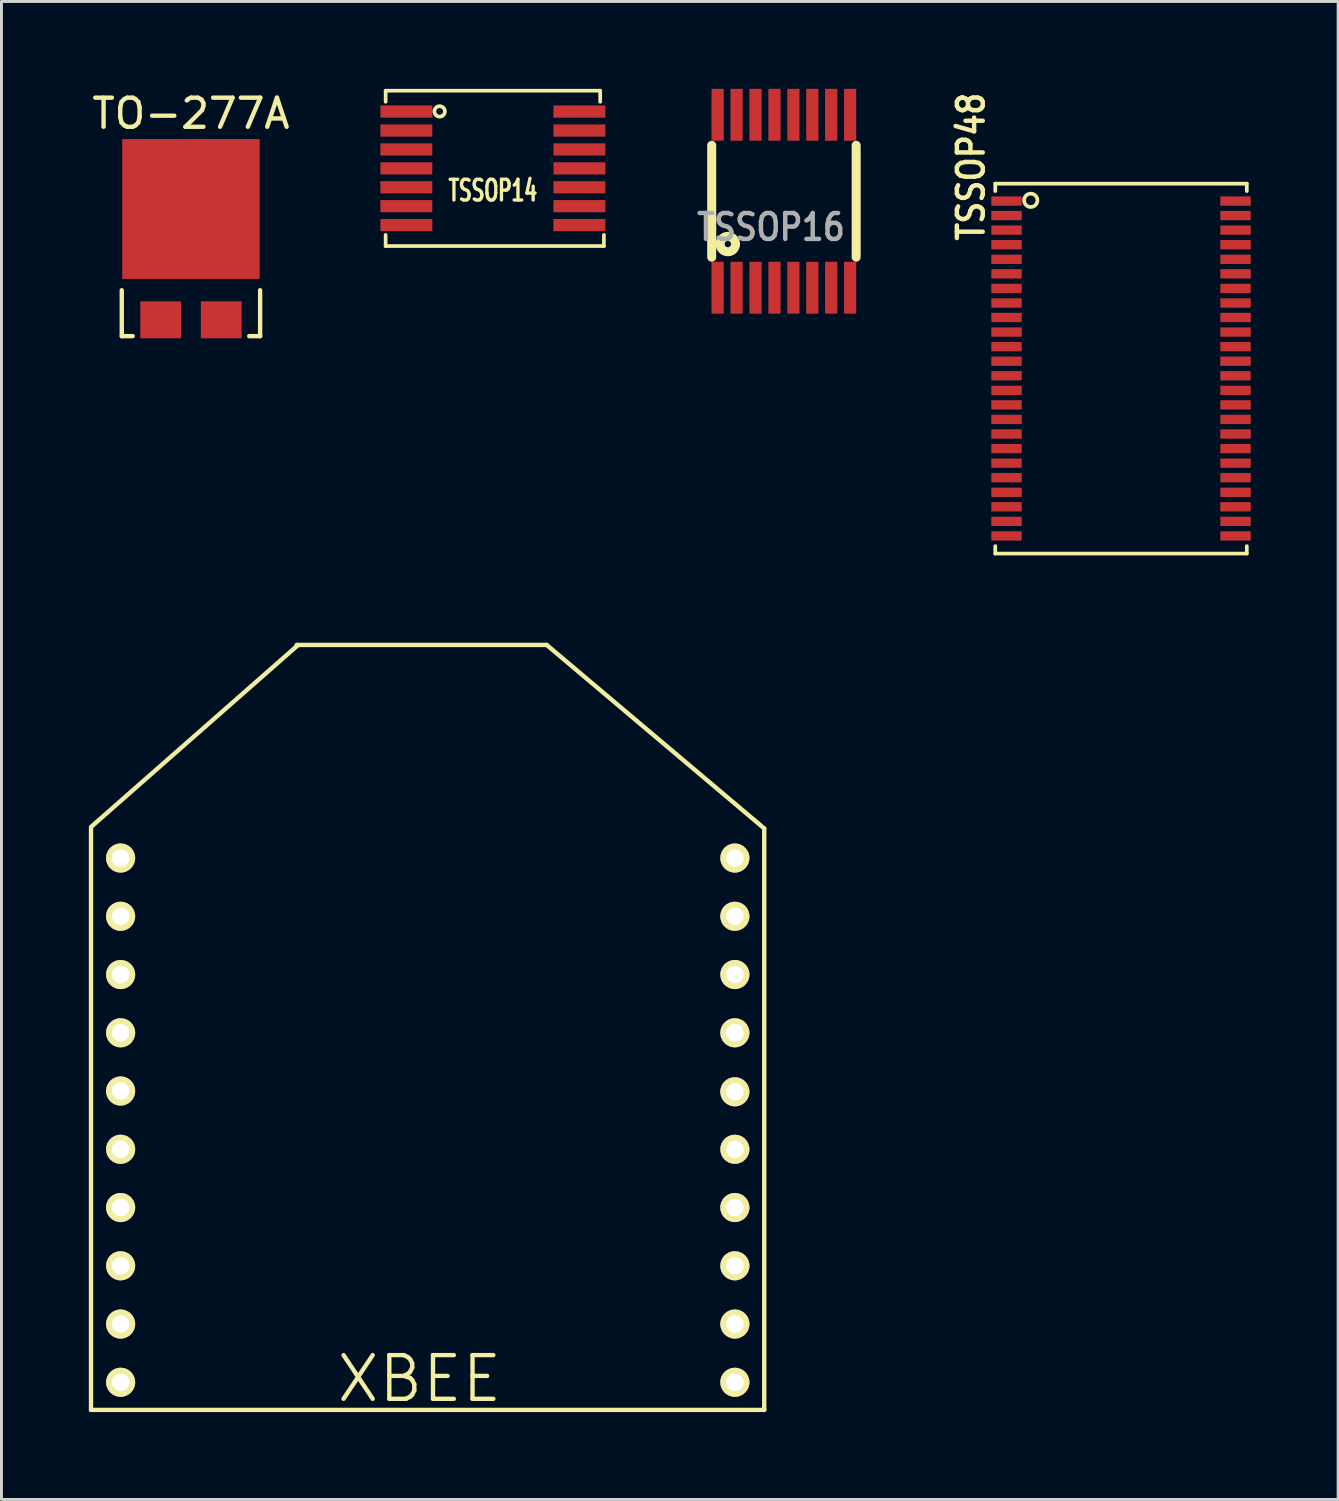
<source format=kicad_pcb>
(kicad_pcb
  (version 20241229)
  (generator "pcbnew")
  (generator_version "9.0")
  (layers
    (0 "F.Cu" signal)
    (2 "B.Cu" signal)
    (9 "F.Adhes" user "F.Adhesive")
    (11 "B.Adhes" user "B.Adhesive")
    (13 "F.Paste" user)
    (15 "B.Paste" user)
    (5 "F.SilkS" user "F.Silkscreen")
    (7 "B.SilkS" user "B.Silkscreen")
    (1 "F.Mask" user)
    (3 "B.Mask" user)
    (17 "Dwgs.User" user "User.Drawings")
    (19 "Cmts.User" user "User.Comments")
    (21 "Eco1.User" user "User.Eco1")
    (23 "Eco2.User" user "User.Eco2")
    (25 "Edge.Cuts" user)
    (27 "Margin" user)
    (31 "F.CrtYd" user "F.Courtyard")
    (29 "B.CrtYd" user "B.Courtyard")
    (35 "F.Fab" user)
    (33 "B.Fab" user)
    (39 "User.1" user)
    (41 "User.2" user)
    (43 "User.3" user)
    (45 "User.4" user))
  (footprint "TSSOP48"
    (layer "F.Cu")
    (at 35.44 9.352)
    (property "Reference" "TSSOP48" (at -5.151 -6.678 270) (layer "F.SilkS") (effects (font (size 0.889 0.762) (thickness 0.152))))
    (attr through_hole)
    (fp_line (start -4.318 -6.096) (end -4.318 -5.842) (stroke (width 0.127) (type solid)) (layer "F.SilkS"))
    (fp_line (start -4.318 6.35) (end -4.318 6.604) (stroke (width 0.127) (type solid)) (layer "F.SilkS"))
    (fp_line (start -4.318 6.604) (end 4.318 6.604) (stroke (width 0.127) (type solid)) (layer "F.SilkS"))
    (fp_line (start 4.318 -6.096) (end -4.318 -6.096) (stroke (width 0.127) (type solid)) (layer "F.SilkS"))
    (fp_line (start 4.318 -5.842) (end 4.318 -6.096) (stroke (width 0.127) (type solid)) (layer "F.SilkS"))
    (fp_line (start 4.318 6.604) (end 4.318 6.35) (stroke (width 0.127) (type solid)) (layer "F.SilkS"))
    (fp_circle (center -3.099 -5.524) (end -2.883 -5.448) (stroke (width 0.127) (type solid)) (fill no) (layer "F.SilkS"))
    (pad "1" smd rect (at -3.932 -5.499) (size 1.044 0.32) (layers "F.Cu" "F.Mask" "F.Paste"))
    (pad "2" smd rect (at -3.932 -5.001) (size 1.044 0.32) (layers "F.Cu" "F.Mask" "F.Paste"))
    (pad "3" smd rect (at -3.932 -4.501) (size 1.044 0.32) (layers "F.Cu" "F.Mask" "F.Paste"))
    (pad "4" smd rect (at -3.932 -4) (size 1.044 0.32) (layers "F.Cu" "F.Mask" "F.Paste"))
    (pad "5" smd rect (at -3.932 -3.5) (size 1.044 0.32) (layers "F.Cu" "F.Mask" "F.Paste"))
    (pad "6" smd rect (at -3.932 -3) (size 1.044 0.32) (layers "F.Cu" "F.Mask" "F.Paste"))
    (pad "7" smd rect (at -3.932 -2.499) (size 1.044 0.32) (layers "F.Cu" "F.Mask" "F.Paste"))
    (pad "8" smd rect (at -3.932 -1.999) (size 1.044 0.32) (layers "F.Cu" "F.Mask" "F.Paste"))
    (pad "9" smd rect (at -3.932 -1.501) (size 1.044 0.32) (layers "F.Cu" "F.Mask" "F.Paste"))
    (pad "10" smd rect (at -3.932 -1.001) (size 1.044 0.32) (layers "F.Cu" "F.Mask" "F.Paste"))
    (pad "11" smd rect (at -3.932 -0.5) (size 1.044 0.32) (layers "F.Cu" "F.Mask" "F.Paste"))
    (pad "12" smd rect (at -3.932 0) (size 1.044 0.32) (layers "F.Cu" "F.Mask" "F.Paste"))
    (pad "13" smd rect (at -3.932 0.5) (size 1.044 0.32) (layers "F.Cu" "F.Mask" "F.Paste"))
    (pad "14" smd rect (at -3.932 1.001) (size 1.044 0.32) (layers "F.Cu" "F.Mask" "F.Paste"))
    (pad "15" smd rect (at -3.932 1.499) (size 1.044 0.32) (layers "F.Cu" "F.Mask" "F.Paste"))
    (pad "16" smd rect (at -3.932 1.999) (size 1.044 0.32) (layers "F.Cu" "F.Mask" "F.Paste"))
    (pad "17" smd rect (at -3.932 2.499) (size 1.044 0.32) (layers "F.Cu" "F.Mask" "F.Paste"))
    (pad "18" smd rect (at -3.932 3) (size 1.044 0.32) (layers "F.Cu" "F.Mask" "F.Paste"))
    (pad "19" smd rect (at -3.932 3.5) (size 1.044 0.32) (layers "F.Cu" "F.Mask" "F.Paste"))
    (pad "20" smd rect (at -3.932 4) (size 1.044 0.32) (layers "F.Cu" "F.Mask" "F.Paste"))
    (pad "21" smd rect (at -3.932 4.501) (size 1.044 0.32) (layers "F.Cu" "F.Mask" "F.Paste"))
    (pad "22" smd rect (at -3.932 4.999) (size 1.044 0.32) (layers "F.Cu" "F.Mask" "F.Paste"))
    (pad "23" smd rect (at -3.932 5.499) (size 1.044 0.32) (layers "F.Cu" "F.Mask" "F.Paste"))
    (pad "24" smd rect (at -3.932 5.999) (size 1.044 0.32) (layers "F.Cu" "F.Mask" "F.Paste"))
    (pad "25" smd rect (at 3.932 5.999) (size 1.044 0.32) (layers "F.Cu" "F.Mask" "F.Paste"))
    (pad "26" smd rect (at 3.932 5.499) (size 1.044 0.32) (layers "F.Cu" "F.Mask" "F.Paste"))
    (pad "27" smd rect (at 3.932 4.999) (size 1.044 0.32) (layers "F.Cu" "F.Mask" "F.Paste"))
    (pad "28" smd rect (at 3.932 4.501) (size 1.044 0.32) (layers "F.Cu" "F.Mask" "F.Paste"))
    (pad "29" smd rect (at 3.932 4) (size 1.044 0.32) (layers "F.Cu" "F.Mask" "F.Paste"))
    (pad "30" smd rect (at 3.932 3.5) (size 1.044 0.32) (layers "F.Cu" "F.Mask" "F.Paste"))
    (pad "31" smd rect (at 3.932 3) (size 1.044 0.32) (layers "F.Cu" "F.Mask" "F.Paste"))
    (pad "32" smd rect (at 3.932 2.499) (size 1.044 0.32) (layers "F.Cu" "F.Mask" "F.Paste"))
    (pad "33" smd rect (at 3.932 1.999) (size 1.044 0.32) (layers "F.Cu" "F.Mask" "F.Paste"))
    (pad "34" smd rect (at 3.932 1.499) (size 1.044 0.32) (layers "F.Cu" "F.Mask" "F.Paste"))
    (pad "35" smd rect (at 3.932 1.001) (size 1.044 0.32) (layers "F.Cu" "F.Mask" "F.Paste"))
    (pad "36" smd rect (at 3.932 0.5) (size 1.044 0.32) (layers "F.Cu" "F.Mask" "F.Paste"))
    (pad "37" smd rect (at 3.932 0) (size 1.044 0.32) (layers "F.Cu" "F.Mask" "F.Paste"))
    (pad "38" smd rect (at 3.932 -0.5) (size 1.044 0.32) (layers "F.Cu" "F.Mask" "F.Paste"))
    (pad "39" smd rect (at 3.932 -1.001) (size 1.044 0.32) (layers "F.Cu" "F.Mask" "F.Paste"))
    (pad "40" smd rect (at 3.932 -1.501) (size 1.044 0.32) (layers "F.Cu" "F.Mask" "F.Paste"))
    (pad "41" smd rect (at 3.932 -1.999) (size 1.044 0.32) (layers "F.Cu" "F.Mask" "F.Paste"))
    (pad "42" smd rect (at 3.932 -2.499) (size 1.044 0.32) (layers "F.Cu" "F.Mask" "F.Paste"))
    (pad "43" smd rect (at 3.932 -3) (size 1.044 0.32) (layers "F.Cu" "F.Mask" "F.Paste"))
    (pad "44" smd rect (at 3.932 -3.5) (size 1.044 0.32) (layers "F.Cu" "F.Mask" "F.Paste"))
    (pad "45" smd rect (at 3.932 -4) (size 1.044 0.32) (layers "F.Cu" "F.Mask" "F.Paste"))
    (pad "46" smd rect (at 3.932 -4.501) (size 1.044 0.32) (layers "F.Cu" "F.Mask" "F.Paste"))
    (pad "47" smd rect (at 3.932 -5.001) (size 1.044 0.32) (layers "F.Cu" "F.Mask" "F.Paste"))
    (pad "48" smd rect (at 3.932 -5.499) (size 1.044 0.32) (layers "F.Cu" "F.Mask" "F.Paste")))
  (footprint "TSSOP14"
    (layer "F.Cu")
    (at 13.874 2.731)
    (property "Reference" "TSSOP14" (at 0 0.762 0) (layer "F.SilkS") (effects (font (size 0.711 0.457) (thickness 0.127))))
    (attr through_hole)
    (fp_line (start -3.683 -2.667) (end -3.683 -2.286) (stroke (width 0.127) (type solid)) (layer "F.SilkS"))
    (fp_line (start -3.683 2.286) (end -3.683 2.667) (stroke (width 0.127) (type solid)) (layer "F.SilkS"))
    (fp_line (start -3.683 2.667) (end 3.81 2.667) (stroke (width 0.127) (type solid)) (layer "F.SilkS"))
    (fp_line (start 3.683 -2.667) (end -3.683 -2.667) (stroke (width 0.127) (type solid)) (layer "F.SilkS"))
    (fp_line (start 3.683 -2.667) (end 3.683 -2.286) (stroke (width 0.127) (type solid)) (layer "F.SilkS"))
    (fp_line (start 3.81 2.667) (end 3.81 2.286) (stroke (width 0.127) (type solid)) (layer "F.SilkS"))
    (fp_circle (center -1.829 -1.956) (end -1.651 -1.93) (stroke (width 0.127) (type solid)) (fill no) (layer "F.SilkS"))
    (pad "1" smd rect (at -2.972 -1.951) (size 1.781 0.419) (layers "F.Cu" "F.Mask" "F.Paste"))
    (pad "2" smd rect (at -2.972 -1.3) (size 1.781 0.419) (layers "F.Cu" "F.Mask" "F.Paste"))
    (pad "3" smd rect (at -2.972 -0.65) (size 1.781 0.419) (layers "F.Cu" "F.Mask" "F.Paste"))
    (pad "4" smd rect (at -2.972 0) (size 1.781 0.419) (layers "F.Cu" "F.Mask" "F.Paste"))
    (pad "5" smd rect (at -2.972 0.65) (size 1.781 0.419) (layers "F.Cu" "F.Mask" "F.Paste"))
    (pad "6" smd rect (at -2.972 1.298) (size 1.781 0.419) (layers "F.Cu" "F.Mask" "F.Paste"))
    (pad "7" smd rect (at -2.972 1.948) (size 1.781 0.419) (layers "F.Cu" "F.Mask" "F.Paste"))
    (pad "8" smd rect (at 2.969 1.948) (size 1.781 0.419) (layers "F.Cu" "F.Mask" "F.Paste"))
    (pad "9" smd rect (at 2.969 1.298) (size 1.781 0.419) (layers "F.Cu" "F.Mask" "F.Paste"))
    (pad "10" smd rect (at 2.969 0.65) (size 1.781 0.419) (layers "F.Cu" "F.Mask" "F.Paste"))
    (pad "11" smd rect (at 2.969 0) (size 1.781 0.419) (layers "F.Cu" "F.Mask" "F.Paste"))
    (pad "12" smd rect (at 2.969 -0.65) (size 1.781 0.419) (layers "F.Cu" "F.Mask" "F.Paste"))
    (pad "13" smd rect (at 2.969 -1.3) (size 1.781 0.419) (layers "F.Cu" "F.Mask" "F.Paste"))
    (pad "14" smd rect (at 2.969 -1.951) (size 1.781 0.419) (layers "F.Cu" "F.Mask" "F.Paste")))
  (footprint "TSSOP16"
    (layer "F.Cu")
    (at 23.866 3.86)
    (property "Reference" "TSSOP16" (at -0.445 0.889 0) (layer "F.Fab") (effects (font (size 0.889 0.762) (thickness 0.152))))
    (attr smd)
    (fp_line (start -2.48 1.92) (end -2.48 -1.92) (stroke (width 0.31) (type solid)) (layer "F.SilkS"))
    (fp_line (start 2.48 -1.92) (end 2.48 1.92) (stroke (width 0.31) (type solid)) (layer "F.SilkS"))
    (fp_circle (center -1.926 1.47) (end -2.19 1.47) (stroke (width 0.31) (type solid)) (fill no) (layer "F.SilkS"))
    (pad "1" smd rect (at -2.276 2.969) (size 0.419 1.781) (layers "F.Cu" "F.Mask" "F.Paste"))
    (pad "2" smd rect (at -1.626 2.969) (size 0.419 1.781) (layers "F.Cu" "F.Mask" "F.Paste"))
    (pad "3" smd rect (at -0.975 2.969) (size 0.419 1.781) (layers "F.Cu" "F.Mask" "F.Paste"))
    (pad "4" smd rect (at -0.325 2.969) (size 0.419 1.781) (layers "F.Cu" "F.Mask" "F.Paste"))
    (pad "5" smd rect (at 0.325 2.969) (size 0.419 1.781) (layers "F.Cu" "F.Mask" "F.Paste"))
    (pad "6" smd rect (at 0.975 2.969) (size 0.419 1.781) (layers "F.Cu" "F.Mask" "F.Paste"))
    (pad "7" smd rect (at 1.623 2.969) (size 0.419 1.781) (layers "F.Cu" "F.Mask" "F.Paste"))
    (pad "8" smd rect (at 2.273 2.969) (size 0.419 1.781) (layers "F.Cu" "F.Mask" "F.Paste"))
    (pad "9" smd rect (at 2.273 -2.969) (size 0.419 1.781) (layers "F.Cu" "F.Mask" "F.Paste"))
    (pad "10" smd rect (at 1.623 -2.969) (size 0.419 1.781) (layers "F.Cu" "F.Mask" "F.Paste"))
    (pad "11" smd rect (at 0.975 -2.969) (size 0.419 1.781) (layers "F.Cu" "F.Mask" "F.Paste"))
    (pad "12" smd rect (at 0.325 -2.969) (size 0.419 1.781) (layers "F.Cu" "F.Mask" "F.Paste"))
    (pad "13" smd rect (at -0.325 -2.969) (size 0.419 1.781) (layers "F.Cu" "F.Mask" "F.Paste"))
    (pad "14" smd rect (at -0.975 -2.969) (size 0.419 1.781) (layers "F.Cu" "F.Mask" "F.Paste"))
    (pad "15" smd rect (at -1.626 -2.969) (size 0.419 1.781) (layers "F.Cu" "F.Mask" "F.Paste"))
    (pad "16" smd rect (at -2.276 -2.969) (size 0.419 1.781) (layers "F.Cu" "F.Mask" "F.Paste")))
  (footprint "XBEE"
    (layer "F.Cu")
    (at 12.013 34.436)
    (property "Reference" "XBEE" (at -0.66 9.855 0) (layer "F.SilkS") (effects (font (size 1.5 1.5) (thickness 0.15))))
    (attr through_hole)
    (fp_line (start -11.938 -9.093) (end -4.826 -15.342) (stroke (width 0.15) (type solid)) (layer "F.SilkS"))
    (fp_line (start -11.938 -9.042) (end -11.938 10.922) (stroke (width 0.15) (type solid)) (layer "F.SilkS"))
    (fp_line (start -11.938 10.922) (end 11.176 10.922) (stroke (width 0.15) (type solid)) (layer "F.SilkS"))
    (fp_line (start 3.708 -15.342) (end -4.877 -15.342) (stroke (width 0.15) (type solid)) (layer "F.SilkS"))
    (fp_line (start 11.176 -9.042) (end 3.708 -15.342) (stroke (width 0.15) (type solid)) (layer "F.SilkS"))
    (fp_line (start 11.176 10.922) (end 11.176 -9.042) (stroke (width 0.15) (type solid)) (layer "F.SilkS"))
    (pad "1" thru_hole circle (at -10.922 -8.026) (size 1 1) (drill 0.6) (layers "*.Cu" "*.Mask" "F.SilkS"))
    (pad "2" thru_hole circle (at -10.922 -6.026) (size 1 1) (drill 0.6) (layers "*.Cu" "*.Mask" "F.SilkS"))
    (pad "3" thru_hole circle (at -10.922 -4.026) (size 1 1) (drill 0.6) (layers "*.Cu" "*.Mask" "F.SilkS"))
    (pad "4" thru_hole circle (at -10.922 -2.026) (size 1 1) (drill 0.6) (layers "*.Cu" "*.Mask" "F.SilkS"))
    (pad "5" thru_hole circle (at -10.922 -0.026) (size 1 1) (drill 0.6) (layers "*.Cu" "*.Mask" "F.SilkS"))
    (pad "6" thru_hole circle (at -10.922 1.974) (size 1 1) (drill 0.6) (layers "*.Cu" "*.Mask" "F.SilkS"))
    (pad "7" thru_hole circle (at -10.922 3.974) (size 1 1) (drill 0.6) (layers "*.Cu" "*.Mask" "F.SilkS"))
    (pad "8" thru_hole circle (at -10.922 5.974) (size 1 1) (drill 0.6) (layers "*.Cu" "*.Mask" "F.SilkS"))
    (pad "9" thru_hole circle (at -10.922 7.974) (size 1 1) (drill 0.6) (layers "*.Cu" "*.Mask" "F.SilkS"))
    (pad "10" thru_hole circle (at -10.922 9.974) (size 1 1) (drill 0.6) (layers "*.Cu" "*.Mask" "F.SilkS"))
    (pad "11" thru_hole circle (at 10.168 9.974) (size 1 1) (drill 0.6) (layers "*.Cu" "*.Mask" "F.SilkS"))
    (pad "12" thru_hole circle (at 10.168 7.974) (size 1 1) (drill 0.6) (layers "*.Cu" "*.Mask" "F.SilkS"))
    (pad "13" thru_hole circle (at 10.168 5.974) (size 1 1) (drill 0.6) (layers "*.Cu" "*.Mask" "F.SilkS"))
    (pad "14" thru_hole circle (at 10.168 3.974) (size 1 1) (drill 0.6) (layers "*.Cu" "*.Mask" "F.SilkS"))
    (pad "15" thru_hole circle (at 10.168 1.974) (size 1 1) (drill 0.6) (layers "*.Cu" "*.Mask" "F.SilkS"))
    (pad "16" thru_hole circle (at 10.168 0) (size 1 1) (drill 0.6) (layers "*.Cu" "*.Mask" "F.SilkS"))
    (pad "17" thru_hole circle (at 10.168 -2.026) (size 1 1) (drill 0.6) (layers "*.Cu" "*.Mask" "F.SilkS"))
    (pad "18" thru_hole circle (at 10.168 -4.026) (size 1 1) (drill 0.6) (layers "*.Cu" "*.Mask" "F.SilkS"))
    (pad "19" thru_hole circle (at 10.168 -6.026) (size 1 1) (drill 0.6) (layers "*.Cu" "*.Mask" "F.SilkS"))
    (pad "20" thru_hole circle (at 10.168 -8.026) (size 1 1) (drill 0.6) (layers "*.Cu" "*.Mask" "F.SilkS")))
  (footprint "TO-277A"
    (layer "F.Cu")
    (at 3.506 5.166)
    (property "Reference" "TO-277A" (at 0 -4.318 0) (layer "F.SilkS") (effects (font (size 1 1) (thickness 0.15))))
    (attr through_hole)
    (fp_line (start -2.375 1.75) (end -2.375 3.325) (stroke (width 0.15) (type solid)) (layer "F.SilkS"))
    (fp_line (start -2.375 3.325) (end -2 3.325) (stroke (width 0.15) (type solid)) (layer "F.SilkS"))
    (fp_line (start 2 3.325) (end 2.375 3.325) (stroke (width 0.15) (type solid)) (layer "F.SilkS"))
    (fp_line (start 2.375 1.75) (end 2.375 3.325) (stroke (width 0.15) (type solid)) (layer "F.SilkS"))
    (pad "A" smd rect (at -1.04 2.765) (size 1.4 1.27) (layers "F.Cu" "F.Mask" "F.Paste"))
    (pad "A" smd rect (at 1.04 2.765) (size 1.4 1.27) (layers "F.Cu" "F.Mask" "F.Paste"))
    (pad "C" smd rect (at 0 -1.04) (size 4.72 4.8) (layers "F.Cu" "F.Mask" "F.Paste")))
  (gr_rect
    (start -3 -3)
    (end 42.894 48.433)
    (stroke (width 0.1) (type default))
    (fill no)
    (layer "Edge.Cuts")))
</source>
